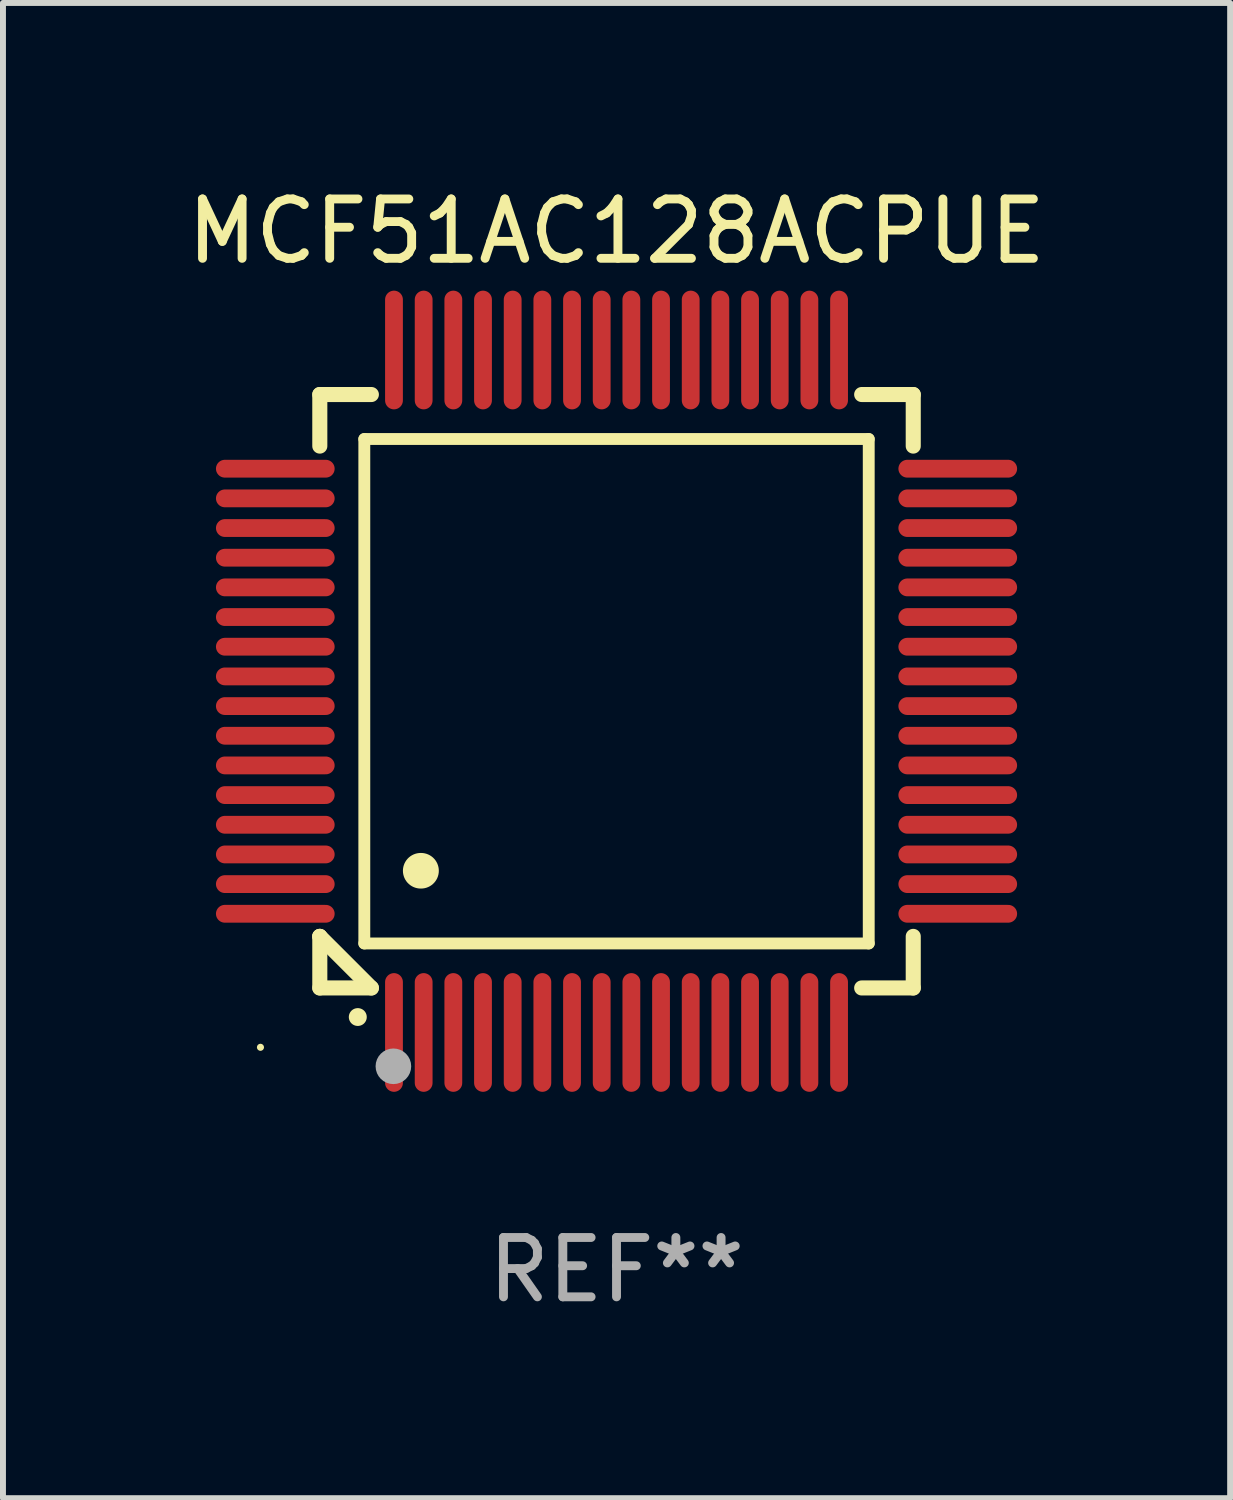
<source format=kicad_pcb>
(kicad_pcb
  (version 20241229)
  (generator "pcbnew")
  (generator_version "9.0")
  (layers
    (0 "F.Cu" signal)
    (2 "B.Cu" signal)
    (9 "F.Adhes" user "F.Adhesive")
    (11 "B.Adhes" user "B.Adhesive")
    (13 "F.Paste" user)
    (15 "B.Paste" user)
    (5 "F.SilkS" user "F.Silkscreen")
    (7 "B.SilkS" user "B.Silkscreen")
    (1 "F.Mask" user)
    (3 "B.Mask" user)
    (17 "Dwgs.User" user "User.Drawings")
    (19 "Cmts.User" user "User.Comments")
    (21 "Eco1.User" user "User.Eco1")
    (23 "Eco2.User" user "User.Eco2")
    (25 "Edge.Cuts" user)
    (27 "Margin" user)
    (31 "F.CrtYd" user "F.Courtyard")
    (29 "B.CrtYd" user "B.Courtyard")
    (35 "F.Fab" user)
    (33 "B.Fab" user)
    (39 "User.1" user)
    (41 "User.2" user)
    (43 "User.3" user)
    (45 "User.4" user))
  (footprint "MCF51AC128ACPUE"
    (layer "F.Cu")
    (at 7.339 8.598)
    (property "Reference" "MCF51AC128ACPUE" (at 0 -7.75 0) (layer "F.SilkS") (effects (font (size 1 1) (thickness 0.15))))
    (attr through_hole)
    (fp_line (start -5 -5) (end -4.131 -5) (stroke (width 0.254) (type solid)) (layer "F.SilkS"))
    (fp_line (start -5 -4.131) (end -5 -5) (stroke (width 0.254) (type solid)) (layer "F.SilkS"))
    (fp_line (start -5 4.131) (end -5 4.131) (stroke (width 0.254) (type solid)) (layer "F.SilkS"))
    (fp_line (start -5 5) (end -5 4.131) (stroke (width 0.254) (type solid)) (layer "F.SilkS"))
    (fp_line (start -5 4.131) (end -4.131 5) (stroke (width 0.254) (type solid)) (layer "F.SilkS"))
    (fp_line (start -4.25 -4.25) (end -4.25 4.25) (stroke (width 0.2) (type solid)) (layer "F.SilkS"))
    (fp_line (start -4.25 4.25) (end 4.25 4.25) (stroke (width 0.2) (type solid)) (layer "F.SilkS"))
    (fp_line (start -4.131 5) (end -5 5) (stroke (width 0.254) (type solid)) (layer "F.SilkS"))
    (fp_line (start 4.25 -4.25) (end -4.25 -4.25) (stroke (width 0.2) (type solid)) (layer "F.SilkS"))
    (fp_line (start 4.25 4.25) (end 4.25 -4.25) (stroke (width 0.2) (type solid)) (layer "F.SilkS"))
    (fp_line (start 5 -5) (end 4.131 -5) (stroke (width 0.254) (type solid)) (layer "F.SilkS"))
    (fp_line (start 5 -5) (end 5 -4.131) (stroke (width 0.254) (type solid)) (layer "F.SilkS"))
    (fp_line (start 5 4.131) (end 5 5) (stroke (width 0.254) (type solid)) (layer "F.SilkS"))
    (fp_line (start 5 5) (end 4.131 5) (stroke (width 0.254) (type solid)) (layer "F.SilkS"))
    (fp_arc (start -4.361265 5.489992) (mid -4.359995 5.489987) (end -4.358725 5.489992) (stroke (width 0.3) (type solid)) (layer "F.SilkS"))
    (fp_arc (start -3.299467 3.025146) (mid -3.296927 3.025135) (end -3.294387 3.025146) (stroke (width 0.6) (type solid)) (layer "F.SilkS"))
    (fp_circle (center -6 6) (end -5.97 6) (stroke (width 0.06) (type solid)) (fill no) (layer "F.SilkS"))
    (fp_circle (center -3.76 6.32) (end -3.61 6.32) (stroke (width 0.3) (type solid)) (fill no) (layer "F.Fab"))
    (fp_text user "REF**" (at 0 9.75 0) (layer "F.Fab") (effects (font (size 1 1) (thickness 0.15))))
    (pad "1" smd oval (at -3.75 5.75) (size 0.3 2) (layers "F.Cu" "F.Mask" "F.Paste"))
    (pad "2" smd oval (at -3.25 5.75) (size 0.3 2) (layers "F.Cu" "F.Mask" "F.Paste"))
    (pad "3" smd oval (at -2.75 5.75) (size 0.3 2) (layers "F.Cu" "F.Mask" "F.Paste"))
    (pad "4" smd oval (at -2.25 5.75) (size 0.3 2) (layers "F.Cu" "F.Mask" "F.Paste"))
    (pad "5" smd oval (at -1.75 5.75) (size 0.3 2) (layers "F.Cu" "F.Mask" "F.Paste"))
    (pad "6" smd oval (at -1.25 5.75) (size 0.3 2) (layers "F.Cu" "F.Mask" "F.Paste"))
    (pad "7" smd oval (at -0.75 5.75) (size 0.3 2) (layers "F.Cu" "F.Mask" "F.Paste"))
    (pad "8" smd oval (at -0.25 5.75) (size 0.3 2) (layers "F.Cu" "F.Mask" "F.Paste"))
    (pad "9" smd oval (at 0.25 5.75) (size 0.3 2) (layers "F.Cu" "F.Mask" "F.Paste"))
    (pad "10" smd oval (at 0.75 5.75) (size 0.3 2) (layers "F.Cu" "F.Mask" "F.Paste"))
    (pad "11" smd oval (at 1.25 5.75) (size 0.3 2) (layers "F.Cu" "F.Mask" "F.Paste"))
    (pad "12" smd oval (at 1.75 5.75) (size 0.3 2) (layers "F.Cu" "F.Mask" "F.Paste"))
    (pad "13" smd oval (at 2.25 5.75) (size 0.3 2) (layers "F.Cu" "F.Mask" "F.Paste"))
    (pad "14" smd oval (at 2.75 5.75) (size 0.3 2) (layers "F.Cu" "F.Mask" "F.Paste"))
    (pad "15" smd oval (at 3.25 5.75) (size 0.3 2) (layers "F.Cu" "F.Mask" "F.Paste"))
    (pad "16" smd oval (at 3.75 5.75) (size 0.3 2) (layers "F.Cu" "F.Mask" "F.Paste"))
    (pad "17" smd oval (at 5.75 3.75) (size 2 0.3) (layers "F.Cu" "F.Mask" "F.Paste"))
    (pad "18" smd oval (at 5.75 3.25) (size 2 0.3) (layers "F.Cu" "F.Mask" "F.Paste"))
    (pad "19" smd oval (at 5.75 2.75) (size 2 0.3) (layers "F.Cu" "F.Mask" "F.Paste"))
    (pad "20" smd oval (at 5.75 2.25) (size 2 0.3) (layers "F.Cu" "F.Mask" "F.Paste"))
    (pad "21" smd oval (at 5.75 1.75) (size 2 0.3) (layers "F.Cu" "F.Mask" "F.Paste"))
    (pad "22" smd oval (at 5.75 1.25) (size 2 0.3) (layers "F.Cu" "F.Mask" "F.Paste"))
    (pad "23" smd oval (at 5.75 0.75) (size 2 0.3) (layers "F.Cu" "F.Mask" "F.Paste"))
    (pad "24" smd oval (at 5.75 0.25) (size 2 0.3) (layers "F.Cu" "F.Mask" "F.Paste"))
    (pad "25" smd oval (at 5.75 -0.25) (size 2 0.3) (layers "F.Cu" "F.Mask" "F.Paste"))
    (pad "26" smd oval (at 5.75 -0.75) (size 2 0.3) (layers "F.Cu" "F.Mask" "F.Paste"))
    (pad "27" smd oval (at 5.75 -1.25) (size 2 0.3) (layers "F.Cu" "F.Mask" "F.Paste"))
    (pad "28" smd oval (at 5.75 -1.75) (size 2 0.3) (layers "F.Cu" "F.Mask" "F.Paste"))
    (pad "29" smd oval (at 5.75 -2.25) (size 2 0.3) (layers "F.Cu" "F.Mask" "F.Paste"))
    (pad "30" smd oval (at 5.75 -2.75) (size 2 0.3) (layers "F.Cu" "F.Mask" "F.Paste"))
    (pad "31" smd oval (at 5.75 -3.25) (size 2 0.3) (layers "F.Cu" "F.Mask" "F.Paste"))
    (pad "32" smd oval (at 5.75 -3.75) (size 2 0.3) (layers "F.Cu" "F.Mask" "F.Paste"))
    (pad "33" smd oval (at 3.75 -5.75) (size 0.3 2) (layers "F.Cu" "F.Mask" "F.Paste"))
    (pad "34" smd oval (at 3.25 -5.75) (size 0.3 2) (layers "F.Cu" "F.Mask" "F.Paste"))
    (pad "35" smd oval (at 2.75 -5.75) (size 0.3 2) (layers "F.Cu" "F.Mask" "F.Paste"))
    (pad "36" smd oval (at 2.25 -5.75) (size 0.3 2) (layers "F.Cu" "F.Mask" "F.Paste"))
    (pad "37" smd oval (at 1.75 -5.75) (size 0.3 2) (layers "F.Cu" "F.Mask" "F.Paste"))
    (pad "38" smd oval (at 1.25 -5.75) (size 0.3 2) (layers "F.Cu" "F.Mask" "F.Paste"))
    (pad "39" smd oval (at 0.75 -5.75) (size 0.3 2) (layers "F.Cu" "F.Mask" "F.Paste"))
    (pad "40" smd oval (at 0.25 -5.75) (size 0.3 2) (layers "F.Cu" "F.Mask" "F.Paste"))
    (pad "41" smd oval (at -0.25 -5.75) (size 0.3 2) (layers "F.Cu" "F.Mask" "F.Paste"))
    (pad "42" smd oval (at -0.75 -5.75) (size 0.3 2) (layers "F.Cu" "F.Mask" "F.Paste"))
    (pad "43" smd oval (at -1.25 -5.75) (size 0.3 2) (layers "F.Cu" "F.Mask" "F.Paste"))
    (pad "44" smd oval (at -1.75 -5.75) (size 0.3 2) (layers "F.Cu" "F.Mask" "F.Paste"))
    (pad "45" smd oval (at -2.25 -5.75) (size 0.3 2) (layers "F.Cu" "F.Mask" "F.Paste"))
    (pad "46" smd oval (at -2.75 -5.75) (size 0.3 2) (layers "F.Cu" "F.Mask" "F.Paste"))
    (pad "47" smd oval (at -3.25 -5.75) (size 0.3 2) (layers "F.Cu" "F.Mask" "F.Paste"))
    (pad "48" smd oval (at -3.75 -5.75) (size 0.3 2) (layers "F.Cu" "F.Mask" "F.Paste"))
    (pad "49" smd oval (at -5.75 -3.75) (size 2 0.3) (layers "F.Cu" "F.Mask" "F.Paste"))
    (pad "50" smd oval (at -5.75 -3.25) (size 2 0.3) (layers "F.Cu" "F.Mask" "F.Paste"))
    (pad "51" smd oval (at -5.75 -2.75) (size 2 0.3) (layers "F.Cu" "F.Mask" "F.Paste"))
    (pad "52" smd oval (at -5.75 -2.25) (size 2 0.3) (layers "F.Cu" "F.Mask" "F.Paste"))
    (pad "53" smd oval (at -5.75 -1.75) (size 2 0.3) (layers "F.Cu" "F.Mask" "F.Paste"))
    (pad "54" smd oval (at -5.75 -1.25) (size 2 0.3) (layers "F.Cu" "F.Mask" "F.Paste"))
    (pad "55" smd oval (at -5.75 -0.75) (size 2 0.3) (layers "F.Cu" "F.Mask" "F.Paste"))
    (pad "56" smd oval (at -5.75 -0.25) (size 2 0.3) (layers "F.Cu" "F.Mask" "F.Paste"))
    (pad "57" smd oval (at -5.75 0.25) (size 2 0.3) (layers "F.Cu" "F.Mask" "F.Paste"))
    (pad "58" smd oval (at -5.75 0.75) (size 2 0.3) (layers "F.Cu" "F.Mask" "F.Paste"))
    (pad "59" smd oval (at -5.75 1.25) (size 2 0.3) (layers "F.Cu" "F.Mask" "F.Paste"))
    (pad "60" smd oval (at -5.75 1.75) (size 2 0.3) (layers "F.Cu" "F.Mask" "F.Paste"))
    (pad "61" smd oval (at -5.75 2.25) (size 2 0.3) (layers "F.Cu" "F.Mask" "F.Paste"))
    (pad "62" smd oval (at -5.75 2.75) (size 2 0.3) (layers "F.Cu" "F.Mask" "F.Paste"))
    (pad "63" smd oval (at -5.75 3.25) (size 2 0.3) (layers "F.Cu" "F.Mask" "F.Paste"))
    (pad "64" smd oval (at -5.75 3.75) (size 2 0.3) (layers "F.Cu" "F.Mask" "F.Paste")))
  (gr_rect
    (start -3 -3)
    (end 17.679 22.196)
    (stroke (width 0.1) (type default))
    (fill no)
    (layer "Edge.Cuts")))
</source>
